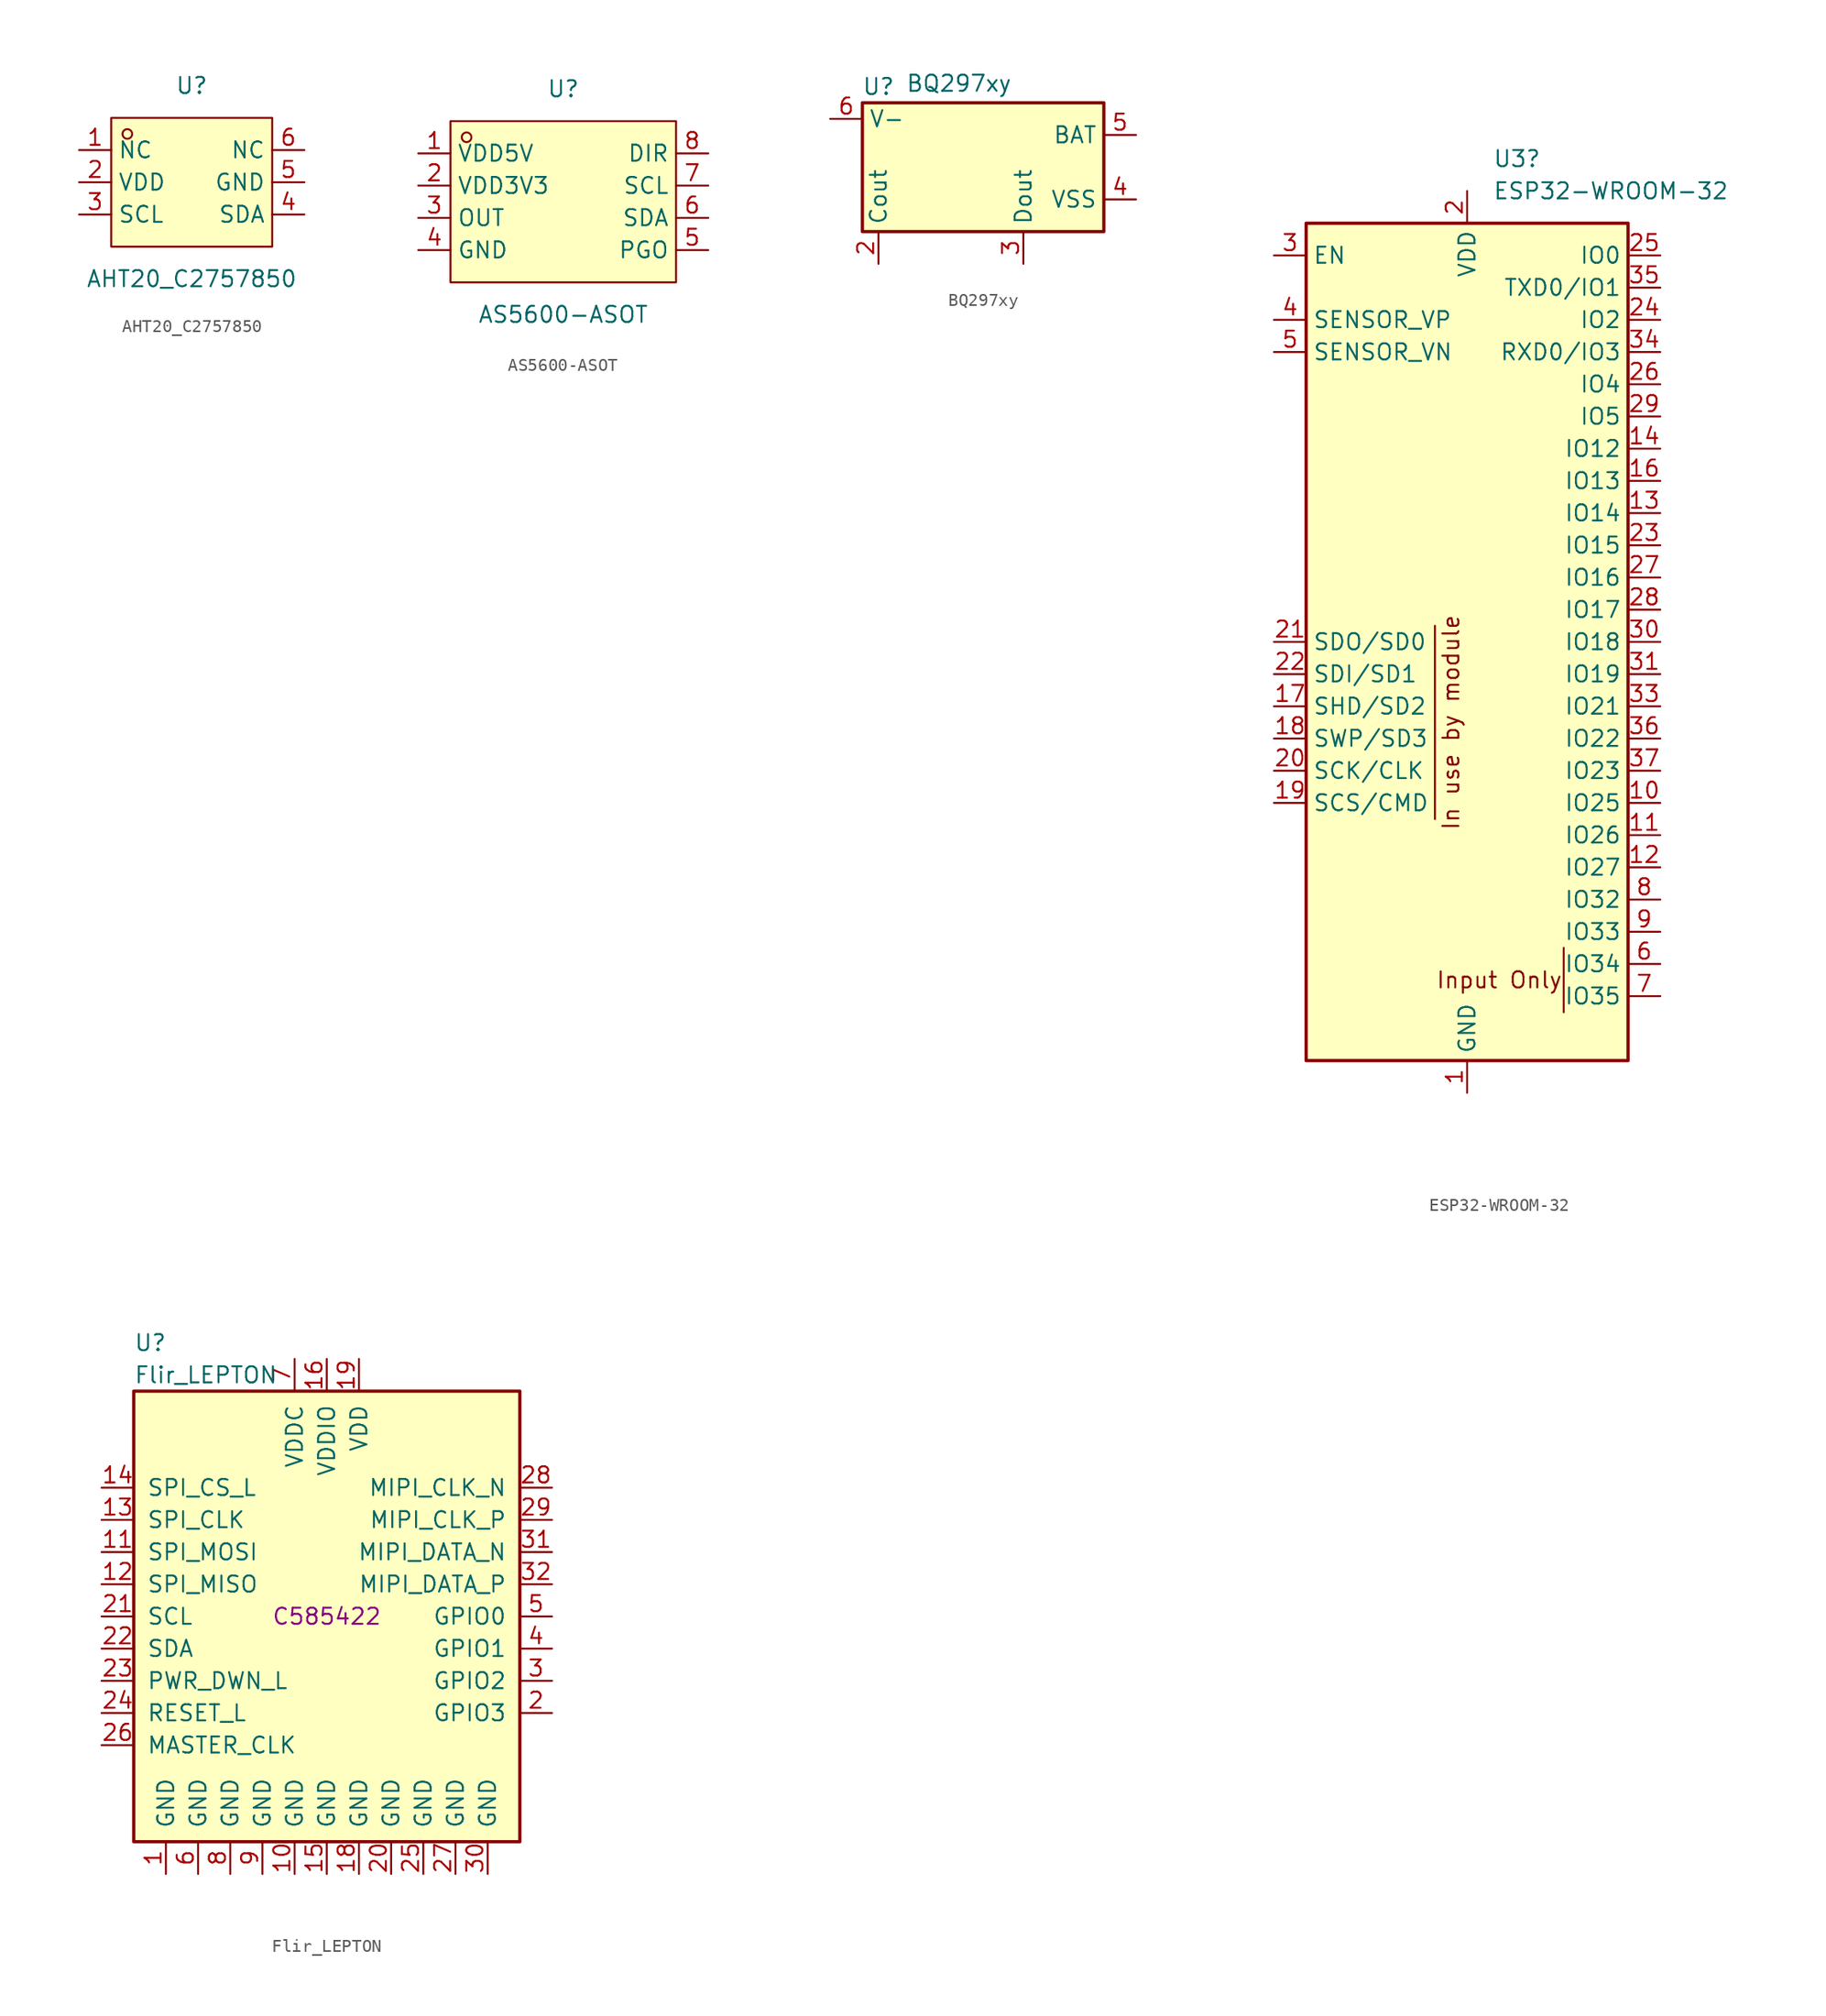
<source format=kicad_sym>
(kicad_symbol_lib
  (version 20231120)
  (generator "kicad_symbol_editor")
  (generator_version "8.0")
  (symbol "AHT20_C2757850"
    (property "Reference" "U"
      (at 0 7.62 0)
      (effects (font (size 1.27 1.27))))
    (property "Value" "AHT20_C2757850"
      (at 0 -7.62 0)
      (effects (font (size 1.27 1.27))))
    (symbol "AHT20_C2757850_0_1"
      (rectangle (start -6.35 5.08) (end 6.35 -5.08) (stroke (width 0) (type default)) (fill (type background)))
      (circle (center -5.08 3.81) (radius 0.38) (stroke (width 0) (type default)) (fill (type none)))
      (pin unspecified line (at -8.89 2.54 0) (length 2.54) (name "NC" (effects (font (size 1.27 1.27)))) (number "1" (effects (font (size 1.27 1.27)))))
      (pin unspecified line (at -8.89 0 0) (length 2.54) (name "VDD" (effects (font (size 1.27 1.27)))) (number "2" (effects (font (size 1.27 1.27)))))
      (pin unspecified line (at -8.89 -2.54 0) (length 2.54) (name "SCL" (effects (font (size 1.27 1.27)))) (number "3" (effects (font (size 1.27 1.27)))))
      (pin unspecified line (at 8.89 -2.54 180) (length 2.54) (name "SDA" (effects (font (size 1.27 1.27)))) (number "4" (effects (font (size 1.27 1.27)))))
      (pin unspecified line (at 8.89 0 180) (length 2.54) (name "GND" (effects (font (size 1.27 1.27)))) (number "5" (effects (font (size 1.27 1.27)))))
      (pin unspecified line (at 8.89 2.54 180) (length 2.54) (name "NC" (effects (font (size 1.27 1.27)))) (number "6" (effects (font (size 1.27 1.27)))))))
  (symbol "AS5600-ASOT"
    (property "Reference" "U"
      (at 0 8.89 0)
      (effects (font (size 1.27 1.27))))
    (property "Value" "AS5600-ASOT"
      (at 0 -8.89 0)
      (effects (font (size 1.27 1.27))))
    (symbol "AS5600-ASOT_0_1"
      (rectangle (start -8.89 6.35) (end 8.89 -6.35) (stroke (width 0) (type default)) (fill (type background)))
      (circle (center -7.62 5.08) (radius 0.38) (stroke (width 0) (type default)) (fill (type none)))
      (pin unspecified line (at -11.43 3.81 0) (length 2.54) (name "VDD5V" (effects (font (size 1.27 1.27)))) (number "1" (effects (font (size 1.27 1.27)))))
      (pin unspecified line (at -11.43 1.27 0) (length 2.54) (name "VDD3V3" (effects (font (size 1.27 1.27)))) (number "2" (effects (font (size 1.27 1.27)))))
      (pin unspecified line (at -11.43 -1.27 0) (length 2.54) (name "OUT" (effects (font (size 1.27 1.27)))) (number "3" (effects (font (size 1.27 1.27)))))
      (pin unspecified line (at -11.43 -3.81 0) (length 2.54) (name "GND" (effects (font (size 1.27 1.27)))) (number "4" (effects (font (size 1.27 1.27)))))
      (pin unspecified line (at 11.43 -3.81 180) (length 2.54) (name "PGO" (effects (font (size 1.27 1.27)))) (number "5" (effects (font (size 1.27 1.27)))))
      (pin unspecified line (at 11.43 -1.27 180) (length 2.54) (name "SDA" (effects (font (size 1.27 1.27)))) (number "6" (effects (font (size 1.27 1.27)))))
      (pin unspecified line (at 11.43 1.27 180) (length 2.54) (name "SCL" (effects (font (size 1.27 1.27)))) (number "7" (effects (font (size 1.27 1.27)))))
      (pin unspecified line (at 11.43 3.81 180) (length 2.54) (name "DIR" (effects (font (size 1.27 1.27)))) (number "8" (effects (font (size 1.27 1.27)))))))
  (symbol "BQ297xy"
    (property "Reference" "U"
      (at -6.35 6.35 0)
      (effects (font (size 1.27 1.27))))
    (property "Value" "BQ297xy"
      (at 0 6.604 0)
      (effects (font (size 1.27 1.27))))
    (symbol "BQ297xy_0_1"
      (rectangle (start -7.62 5.08) (end 11.43 -5.08) (stroke (width 0.254) (type default)) (fill (type background))))
    (symbol "BQ297xy_1_1"
      (pin no_connect line (at 7.62 0 180) (length 2.54) hide (name "NC" (effects (font (size 1.27 1.27)))) (number "1" (effects (font (size 1.27 1.27)))))
      (pin output line (at -6.35 -7.62 90) (length 2.54) (name "Cout" (effects (font (size 1.27 1.27)))) (number "2" (effects (font (size 1.27 1.27)))))
      (pin output line (at 5.08 -7.62 90) (length 2.54) (name "Dout" (effects (font (size 1.27 1.27)))) (number "3" (effects (font (size 1.27 1.27)))))
      (pin power_in line (at 13.97 -2.54 180) (length 2.54) (name "VSS" (effects (font (size 1.27 1.27)))) (number "4" (effects (font (size 1.27 1.27)))))
      (pin input line (at 13.97 2.54 180) (length 2.54) (name "BAT" (effects (font (size 1.27 1.27)))) (number "5" (effects (font (size 1.27 1.27)))))
      (pin input line (at -10.16 3.81 0) (length 2.54) (name "V-" (effects (font (size 1.27 1.27)))) (number "6" (effects (font (size 1.27 1.27)))))))
  (symbol "ESP32-WROOM-32"
    (property "Reference" "U3"
      (at 2.019 38.1 0)
      (effects (font (size 1.27 1.27)) (justify left)))
    (property "Value" "ESP32-WROOM-32"
      (at 2.019 35.56 0)
      (effects (font (size 1.27 1.27)) (justify left)))
    (symbol "ESP32-WROOM-32_0_0"
      (polyline (pts (xy -2.54 1.27) (xy -2.54 -13.97)) (stroke (width 0) (type default)) (fill (type none)))
      (polyline (pts (xy 7.62 -24.13) (xy 7.62 -29.21)) (stroke (width 0) (type default)) (fill (type none)))
      (text "In use by module" (at -1.27 -6.35 900) (effects (font (size 1.27 1.27))))
      (text "Input Only" (at 2.54 -26.67 0) (effects (font (size 1.27 1.27)))))
    (symbol "ESP32-WROOM-32_0_1"
      (rectangle (start -12.7 33.02) (end 12.7 -33.02) (stroke (width 0.254) (type default)) (fill (type background))))
    (symbol "ESP32-WROOM-32_1_1"
      (pin power_in line (at 0 -35.56 90) (length 2.54) (name "GND" (effects (font (size 1.27 1.27)))) (number "1" (effects (font (size 1.27 1.27)))))
      (pin bidirectional line (at 15.24 -12.7 180) (length 2.54) (name "IO25" (effects (font (size 1.27 1.27)))) (number "10" (effects (font (size 1.27 1.27)))))
      (pin bidirectional line (at 15.24 -15.24 180) (length 2.54) (name "IO26" (effects (font (size 1.27 1.27)))) (number "11" (effects (font (size 1.27 1.27)))))
      (pin bidirectional line (at 15.24 -17.78 180) (length 2.54) (name "IO27" (effects (font (size 1.27 1.27)))) (number "12" (effects (font (size 1.27 1.27)))))
      (pin bidirectional line (at 15.24 10.16 180) (length 2.54) (name "IO14" (effects (font (size 1.27 1.27)))) (number "13" (effects (font (size 1.27 1.27)))))
      (pin bidirectional line (at 15.24 15.24 180) (length 2.54) (name "IO12" (effects (font (size 1.27 1.27)))) (number "14" (effects (font (size 1.27 1.27)))))
      (pin passive line (at 0 -35.56 90) (length 2.54) hide (name "GND" (effects (font (size 1.27 1.27)))) (number "15" (effects (font (size 1.27 1.27)))))
      (pin bidirectional line (at 15.24 12.7 180) (length 2.54) (name "IO13" (effects (font (size 1.27 1.27)))) (number "16" (effects (font (size 1.27 1.27)))))
      (pin bidirectional line (at -15.24 -5.08 0) (length 2.54) (name "SHD/SD2" (effects (font (size 1.27 1.27)))) (number "17" (effects (font (size 1.27 1.27)))))
      (pin bidirectional line (at -15.24 -7.62 0) (length 2.54) (name "SWP/SD3" (effects (font (size 1.27 1.27)))) (number "18" (effects (font (size 1.27 1.27)))))
      (pin bidirectional line (at -15.24 -12.7 0) (length 2.54) (name "SCS/CMD" (effects (font (size 1.27 1.27)))) (number "19" (effects (font (size 1.27 1.27)))))
      (pin power_in line (at 0 35.56 270) (length 2.54) (name "VDD" (effects (font (size 1.27 1.27)))) (number "2" (effects (font (size 1.27 1.27)))))
      (pin bidirectional line (at -15.24 -10.16 0) (length 2.54) (name "SCK/CLK" (effects (font (size 1.27 1.27)))) (number "20" (effects (font (size 1.27 1.27)))))
      (pin bidirectional line (at -15.24 0 0) (length 2.54) (name "SDO/SD0" (effects (font (size 1.27 1.27)))) (number "21" (effects (font (size 1.27 1.27)))))
      (pin bidirectional line (at -15.24 -2.54 0) (length 2.54) (name "SDI/SD1" (effects (font (size 1.27 1.27)))) (number "22" (effects (font (size 1.27 1.27)))))
      (pin bidirectional line (at 15.24 7.62 180) (length 2.54) (name "IO15" (effects (font (size 1.27 1.27)))) (number "23" (effects (font (size 1.27 1.27)))))
      (pin bidirectional line (at 15.24 25.4 180) (length 2.54) (name "IO2" (effects (font (size 1.27 1.27)))) (number "24" (effects (font (size 1.27 1.27)))))
      (pin bidirectional line (at 15.24 30.48 180) (length 2.54) (name "IO0" (effects (font (size 1.27 1.27)))) (number "25" (effects (font (size 1.27 1.27)))))
      (pin bidirectional line (at 15.24 20.32 180) (length 2.54) (name "IO4" (effects (font (size 1.27 1.27)))) (number "26" (effects (font (size 1.27 1.27)))))
      (pin bidirectional line (at 15.24 5.08 180) (length 2.54) (name "IO16" (effects (font (size 1.27 1.27)))) (number "27" (effects (font (size 1.27 1.27)))))
      (pin bidirectional line (at 15.24 2.54 180) (length 2.54) (name "IO17" (effects (font (size 1.27 1.27)))) (number "28" (effects (font (size 1.27 1.27)))))
      (pin bidirectional line (at 15.24 17.78 180) (length 2.54) (name "IO5" (effects (font (size 1.27 1.27)))) (number "29" (effects (font (size 1.27 1.27)))))
      (pin input line (at -15.24 30.48 0) (length 2.54) (name "EN" (effects (font (size 1.27 1.27)))) (number "3" (effects (font (size 1.27 1.27)))))
      (pin bidirectional line (at 15.24 0 180) (length 2.54) (name "IO18" (effects (font (size 1.27 1.27)))) (number "30" (effects (font (size 1.27 1.27)))))
      (pin bidirectional line (at 15.24 -2.54 180) (length 2.54) (name "IO19" (effects (font (size 1.27 1.27)))) (number "31" (effects (font (size 1.27 1.27)))))
      (pin no_connect line (at -12.7 -27.94 0) (length 2.54) hide (name "NC" (effects (font (size 1.27 1.27)))) (number "32" (effects (font (size 1.27 1.27)))))
      (pin bidirectional line (at 15.24 -5.08 180) (length 2.54) (name "IO21" (effects (font (size 1.27 1.27)))) (number "33" (effects (font (size 1.27 1.27)))))
      (pin bidirectional line (at 15.24 22.86 180) (length 2.54) (name "RXD0/IO3" (effects (font (size 1.27 1.27)))) (number "34" (effects (font (size 1.27 1.27)))))
      (pin bidirectional line (at 15.24 27.94 180) (length 2.54) (name "TXD0/IO1" (effects (font (size 1.27 1.27)))) (number "35" (effects (font (size 1.27 1.27)))))
      (pin bidirectional line (at 15.24 -7.62 180) (length 2.54) (name "IO22" (effects (font (size 1.27 1.27)))) (number "36" (effects (font (size 1.27 1.27)))))
      (pin bidirectional line (at 15.24 -10.16 180) (length 2.54) (name "IO23" (effects (font (size 1.27 1.27)))) (number "37" (effects (font (size 1.27 1.27)))))
      (pin passive line (at 0 -35.56 90) (length 2.54) hide (name "GND" (effects (font (size 1.27 1.27)))) (number "38" (effects (font (size 1.27 1.27)))))
      (pin passive line (at 0 -35.56 90) (length 2.54) hide (name "GND" (effects (font (size 1.27 1.27)))) (number "39" (effects (font (size 1.27 1.27)))))
      (pin input line (at -15.24 25.4 0) (length 2.54) (name "SENSOR_VP" (effects (font (size 1.27 1.27)))) (number "4" (effects (font (size 1.27 1.27)))))
      (pin input line (at -15.24 22.86 0) (length 2.54) (name "SENSOR_VN" (effects (font (size 1.27 1.27)))) (number "5" (effects (font (size 1.27 1.27)))))
      (pin input line (at 15.24 -25.4 180) (length 2.54) (name "IO34" (effects (font (size 1.27 1.27)))) (number "6" (effects (font (size 1.27 1.27)))))
      (pin input line (at 15.24 -27.94 180) (length 2.54) (name "IO35" (effects (font (size 1.27 1.27)))) (number "7" (effects (font (size 1.27 1.27)))))
      (pin bidirectional line (at 15.24 -20.32 180) (length 2.54) (name "IO32" (effects (font (size 1.27 1.27)))) (number "8" (effects (font (size 1.27 1.27)))))
      (pin bidirectional line (at 15.24 -22.86 180) (length 2.54) (name "IO33" (effects (font (size 1.27 1.27)))) (number "9" (effects (font (size 1.27 1.27)))))))
  (symbol "Flir_LEPTON"
    (pin_names
      (offset 1.016))
    (property "Reference" "U"
      (at -15.24 21.59 0)
      (effects (font (size 1.27 1.27)) (justify left)))
    (property "Value" "Flir_LEPTON"
      (at -15.24 19.05 0)
      (effects (font (size 1.27 1.27)) (justify left)))
    (property "LCSC" "C585422"
      (at 0 0 0)
      (effects (font (size 1.27 1.27))))
    (symbol "Flir_LEPTON_0_1"
      (rectangle (start -15.24 17.78) (end 15.24 -17.78) (stroke (width 0.254) (type default)) (fill (type background))))
    (symbol "Flir_LEPTON_1_1"
      (pin power_in line (at -12.7 -20.32 90) (length 2.54) (name "GND" (effects (font (size 1.27 1.27)))) (number "1" (effects (font (size 1.27 1.27)))))
      (pin power_in line (at -2.54 -20.32 90) (length 2.54) (name "GND" (effects (font (size 1.27 1.27)))) (number "10" (effects (font (size 1.27 1.27)))))
      (pin input line (at -17.78 5.08 0) (length 2.54) (name "SPI_MOSI" (effects (font (size 1.27 1.27)))) (number "11" (effects (font (size 1.27 1.27)))))
      (pin output line (at -17.78 2.54 0) (length 2.54) (name "SPI_MISO" (effects (font (size 1.27 1.27)))) (number "12" (effects (font (size 1.27 1.27)))))
      (pin input line (at -17.78 7.62 0) (length 2.54) (name "SPI_CLK" (effects (font (size 1.27 1.27)))) (number "13" (effects (font (size 1.27 1.27)))))
      (pin input line (at -17.78 10.16 0) (length 2.54) (name "SPI_CS_L" (effects (font (size 1.27 1.27)))) (number "14" (effects (font (size 1.27 1.27)))))
      (pin power_in line (at 0 -20.32 90) (length 2.54) (name "GND" (effects (font (size 1.27 1.27)))) (number "15" (effects (font (size 1.27 1.27)))))
      (pin power_in line (at 0 20.32 270) (length 2.54) (name "VDDIO" (effects (font (size 1.27 1.27)))) (number "16" (effects (font (size 1.27 1.27)))))
      (pin no_connect line (at 17.78 -10.16 180) (length 2.54) hide (name "NC" (effects (font (size 1.27 1.27)))) (number "17" (effects (font (size 1.27 1.27)))))
      (pin power_in line (at 2.54 -20.32 90) (length 2.54) (name "GND" (effects (font (size 1.27 1.27)))) (number "18" (effects (font (size 1.27 1.27)))))
      (pin power_in line (at 2.54 20.32 270) (length 2.54) (name "VDD" (effects (font (size 1.27 1.27)))) (number "19" (effects (font (size 1.27 1.27)))))
      (pin bidirectional line (at 17.78 -7.62 180) (length 2.54) (name "GPIO3" (effects (font (size 1.27 1.27)))) (number "2" (effects (font (size 1.27 1.27)))))
      (pin power_in line (at 5.08 -20.32 90) (length 2.54) (name "GND" (effects (font (size 1.27 1.27)))) (number "20" (effects (font (size 1.27 1.27)))))
      (pin input line (at -17.78 0 0) (length 2.54) (name "SCL" (effects (font (size 1.27 1.27)))) (number "21" (effects (font (size 1.27 1.27)))))
      (pin bidirectional line (at -17.78 -2.54 0) (length 2.54) (name "SDA" (effects (font (size 1.27 1.27)))) (number "22" (effects (font (size 1.27 1.27)))))
      (pin input line (at -17.78 -5.08 0) (length 2.54) (name "PWR_DWN_L" (effects (font (size 1.27 1.27)))) (number "23" (effects (font (size 1.27 1.27)))))
      (pin input line (at -17.78 -7.62 0) (length 2.54) (name "RESET_L" (effects (font (size 1.27 1.27)))) (number "24" (effects (font (size 1.27 1.27)))))
      (pin power_in line (at 7.62 -20.32 90) (length 2.54) (name "GND" (effects (font (size 1.27 1.27)))) (number "25" (effects (font (size 1.27 1.27)))))
      (pin input line (at -17.78 -10.16 0) (length 2.54) (name "MASTER_CLK" (effects (font (size 1.27 1.27)))) (number "26" (effects (font (size 1.27 1.27)))))
      (pin power_in line (at 10.16 -20.32 90) (length 2.54) (name "GND" (effects (font (size 1.27 1.27)))) (number "27" (effects (font (size 1.27 1.27)))))
      (pin output line (at 17.78 10.16 180) (length 2.54) (name "MIPI_CLK_N" (effects (font (size 1.27 1.27)))) (number "28" (effects (font (size 1.27 1.27)))))
      (pin output line (at 17.78 7.62 180) (length 2.54) (name "MIPI_CLK_P" (effects (font (size 1.27 1.27)))) (number "29" (effects (font (size 1.27 1.27)))))
      (pin bidirectional line (at 17.78 -5.08 180) (length 2.54) (name "GPIO2" (effects (font (size 1.27 1.27)))) (number "3" (effects (font (size 1.27 1.27)))))
      (pin power_in line (at 12.7 -20.32 90) (length 2.54) (name "GND" (effects (font (size 1.27 1.27)))) (number "30" (effects (font (size 1.27 1.27)))))
      (pin output line (at 17.78 5.08 180) (length 2.54) (name "MIPI_DATA_N" (effects (font (size 1.27 1.27)))) (number "31" (effects (font (size 1.27 1.27)))))
      (pin output line (at 17.78 2.54 180) (length 2.54) (name "MIPI_DATA_P" (effects (font (size 1.27 1.27)))) (number "32" (effects (font (size 1.27 1.27)))))
      (pin bidirectional line (at 17.78 -2.54 180) (length 2.54) (name "GPIO1" (effects (font (size 1.27 1.27)))) (number "4" (effects (font (size 1.27 1.27)))))
      (pin bidirectional line (at 17.78 0 180) (length 2.54) (name "GPIO0" (effects (font (size 1.27 1.27)))) (number "5" (effects (font (size 1.27 1.27)))))
      (pin power_in line (at -10.16 -20.32 90) (length 2.54) (name "GND" (effects (font (size 1.27 1.27)))) (number "6" (effects (font (size 1.27 1.27)))))
      (pin power_in line (at -2.54 20.32 270) (length 2.54) (name "VDDC" (effects (font (size 1.27 1.27)))) (number "7" (effects (font (size 1.27 1.27)))))
      (pin power_in line (at -7.62 -20.32 90) (length 2.54) (name "GND" (effects (font (size 1.27 1.27)))) (number "8" (effects (font (size 1.27 1.27)))))
      (pin power_in line (at -5.08 -20.32 90) (length 2.54) (name "GND" (effects (font (size 1.27 1.27)))) (number "9" (effects (font (size 1.27 1.27))))))))
</source>
